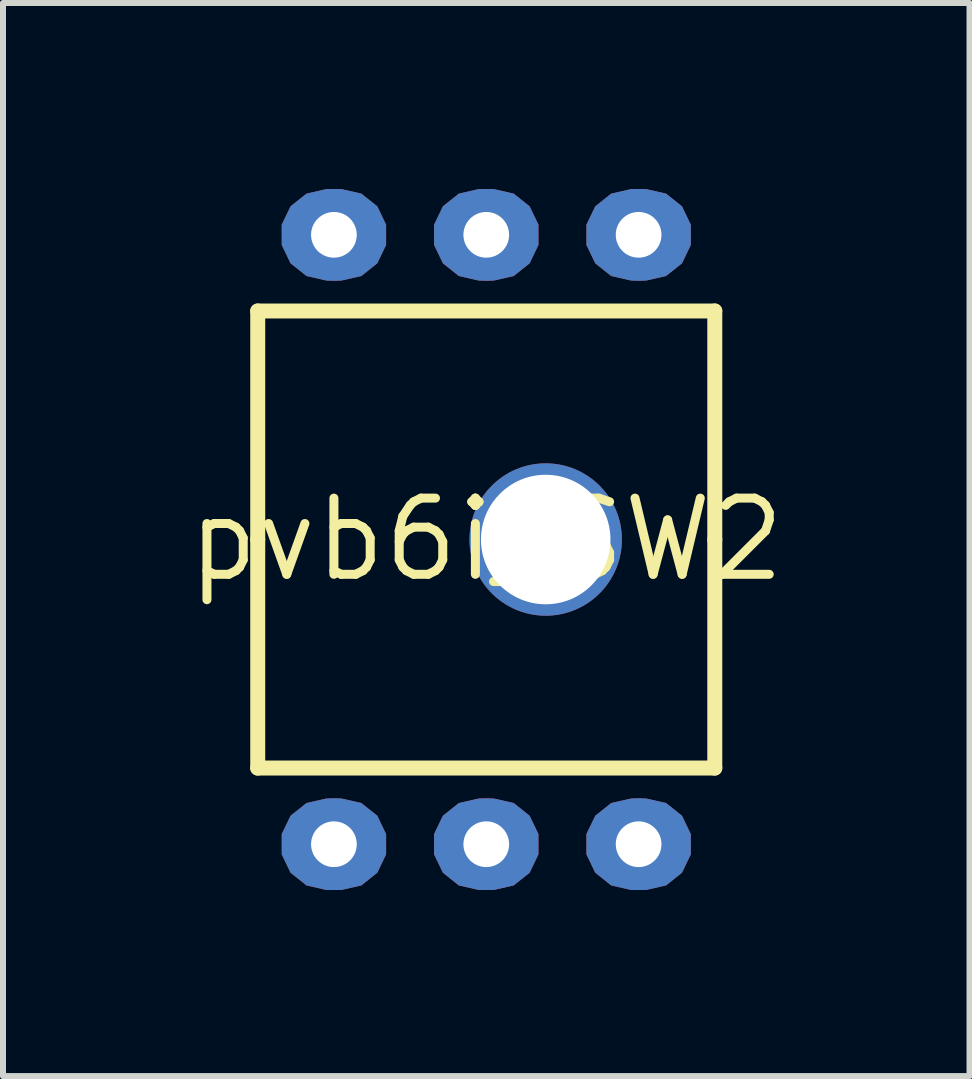
<source format=kicad_pcb>
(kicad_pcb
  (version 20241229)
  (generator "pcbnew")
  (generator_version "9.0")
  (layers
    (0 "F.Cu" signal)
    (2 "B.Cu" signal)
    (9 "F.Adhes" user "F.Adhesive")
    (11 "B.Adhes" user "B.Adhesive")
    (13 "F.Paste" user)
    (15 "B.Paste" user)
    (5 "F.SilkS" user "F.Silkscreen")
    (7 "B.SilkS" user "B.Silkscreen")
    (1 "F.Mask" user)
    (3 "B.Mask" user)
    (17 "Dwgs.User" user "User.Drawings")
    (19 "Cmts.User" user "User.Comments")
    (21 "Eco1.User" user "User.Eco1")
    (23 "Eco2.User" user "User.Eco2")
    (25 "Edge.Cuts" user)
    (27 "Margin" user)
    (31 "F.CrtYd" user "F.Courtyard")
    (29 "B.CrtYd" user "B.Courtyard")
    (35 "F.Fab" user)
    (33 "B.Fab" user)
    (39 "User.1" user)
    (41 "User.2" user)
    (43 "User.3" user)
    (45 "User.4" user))
  (footprint "pvb6i_SW2"
    (layer "F.Cu")
    (at 5.057 5.945)
    (property "Reference" "pvb6i_SW2" (at 0 0 0) (layer "F.SilkS") (effects (font (size 1.27 1.27) (thickness 0.15))))
    (fp_poly (pts (xy -2.083 -5.767) (xy -1.817 -5.555) (xy -1.67 -5.249) (xy -1.67 -4.911) (xy -1.817 -4.605) (xy -2.083 -4.393) (xy -2.413 -4.318) (xy -2.667 -4.318) (xy -2.997 -4.393) (xy -3.263 -4.605) (xy -3.41 -4.911) (xy -3.41 -5.249) (xy -3.263 -5.555) (xy -2.997 -5.767) (xy -2.667 -5.842) (xy -2.413 -5.842)) (stroke (width 0) (type default)) (fill yes) (layer "F.Cu"))
    (fp_poly (pts (xy -2.083 4.393) (xy -1.817 4.605) (xy -1.67 4.911) (xy -1.67 5.249) (xy -1.817 5.555) (xy -2.083 5.767) (xy -2.413 5.842) (xy -2.667 5.842) (xy -2.997 5.767) (xy -3.263 5.555) (xy -3.41 5.249) (xy -3.41 4.911) (xy -3.263 4.605) (xy -2.997 4.393) (xy -2.667 4.318) (xy -2.413 4.318)) (stroke (width 0) (type default)) (fill yes) (layer "F.Cu"))
    (fp_poly (pts (xy 0.457 -5.767) (xy 0.723 -5.555) (xy 0.87 -5.249) (xy 0.87 -4.911) (xy 0.723 -4.605) (xy 0.457 -4.393) (xy 0.127 -4.318) (xy -0.127 -4.318) (xy -0.457 -4.393) (xy -0.723 -4.605) (xy -0.87 -4.911) (xy -0.87 -5.249) (xy -0.723 -5.555) (xy -0.457 -5.767) (xy -0.127 -5.842) (xy 0.127 -5.842)) (stroke (width 0) (type default)) (fill yes) (layer "F.Cu"))
    (fp_poly (pts (xy 0.457 4.393) (xy 0.723 4.605) (xy 0.87 4.911) (xy 0.87 5.249) (xy 0.723 5.555) (xy 0.457 5.767) (xy 0.127 5.842) (xy -0.127 5.842) (xy -0.457 5.767) (xy -0.723 5.555) (xy -0.87 5.249) (xy -0.87 4.911) (xy -0.723 4.605) (xy -0.457 4.393) (xy -0.127 4.318) (xy 0.127 4.318)) (stroke (width 0) (type default)) (fill yes) (layer "F.Cu"))
    (fp_poly (pts (xy 2.997 -5.767) (xy 3.263 -5.555) (xy 3.41 -5.249) (xy 3.41 -4.911) (xy 3.263 -4.605) (xy 2.997 -4.393) (xy 2.667 -4.318) (xy 2.413 -4.318) (xy 2.083 -4.393) (xy 1.817 -4.605) (xy 1.67 -4.911) (xy 1.67 -5.249) (xy 1.817 -5.555) (xy 2.083 -5.767) (xy 2.413 -5.842) (xy 2.667 -5.842)) (stroke (width 0) (type default)) (fill yes) (layer "F.Cu"))
    (fp_poly (pts (xy 2.997 4.393) (xy 3.263 4.605) (xy 3.41 4.911) (xy 3.41 5.249) (xy 3.263 5.555) (xy 2.997 5.767) (xy 2.667 5.842) (xy 2.413 5.842) (xy 2.083 5.767) (xy 1.817 5.555) (xy 1.67 5.249) (xy 1.67 4.911) (xy 1.817 4.605) (xy 2.083 4.393) (xy 2.413 4.318) (xy 2.667 4.318)) (stroke (width 0) (type default)) (fill yes) (layer "F.Cu"))
    (fp_poly (pts (xy -2.037 -5.861) (xy -1.735 -5.621) (xy -1.568 -5.273) (xy -1.568 -4.887) (xy -1.735 -4.539) (xy -2.037 -4.299) (xy -2.402 -4.215) (xy -2.678 -4.215) (xy -3.043 -4.299) (xy -3.345 -4.539) (xy -3.512 -4.887) (xy -3.512 -5.273) (xy -3.345 -5.621) (xy -3.043 -5.861) (xy -2.678 -5.945) (xy -2.402 -5.945)) (stroke (width 0) (type default)) (fill yes) (layer "F.Mask"))
    (fp_poly (pts (xy -2.037 4.299) (xy -1.735 4.539) (xy -1.568 4.887) (xy -1.568 5.273) (xy -1.735 5.621) (xy -2.037 5.861) (xy -2.402 5.945) (xy -2.678 5.945) (xy -3.043 5.861) (xy -3.345 5.621) (xy -3.512 5.273) (xy -3.512 4.887) (xy -3.345 4.539) (xy -3.043 4.299) (xy -2.678 4.215) (xy -2.402 4.215)) (stroke (width 0) (type default)) (fill yes) (layer "F.Mask"))
    (fp_poly (pts (xy 0.503 -5.861) (xy 0.805 -5.621) (xy 0.972 -5.273) (xy 0.972 -4.887) (xy 0.805 -4.539) (xy 0.503 -4.299) (xy 0.138 -4.215) (xy -0.138 -4.215) (xy -0.503 -4.299) (xy -0.805 -4.539) (xy -0.972 -4.887) (xy -0.972 -5.273) (xy -0.805 -5.621) (xy -0.503 -5.861) (xy -0.138 -5.945) (xy 0.138 -5.945)) (stroke (width 0) (type default)) (fill yes) (layer "F.Mask"))
    (fp_poly (pts (xy 0.503 4.299) (xy 0.805 4.539) (xy 0.972 4.887) (xy 0.972 5.273) (xy 0.805 5.621) (xy 0.503 5.861) (xy 0.138 5.945) (xy -0.138 5.945) (xy -0.503 5.861) (xy -0.805 5.621) (xy -0.972 5.273) (xy -0.972 4.887) (xy -0.805 4.539) (xy -0.503 4.299) (xy -0.138 4.215) (xy 0.138 4.215)) (stroke (width 0) (type default)) (fill yes) (layer "F.Mask"))
    (fp_poly (pts (xy 3.043 -5.861) (xy 3.345 -5.621) (xy 3.512 -5.273) (xy 3.512 -4.887) (xy 3.345 -4.539) (xy 3.043 -4.299) (xy 2.678 -4.215) (xy 2.402 -4.215) (xy 2.037 -4.299) (xy 1.735 -4.539) (xy 1.568 -4.887) (xy 1.568 -5.273) (xy 1.735 -5.621) (xy 2.037 -5.861) (xy 2.402 -5.945) (xy 2.678 -5.945)) (stroke (width 0) (type default)) (fill yes) (layer "F.Mask"))
    (fp_poly (pts (xy 3.043 4.299) (xy 3.345 4.539) (xy 3.512 4.887) (xy 3.512 5.273) (xy 3.345 5.621) (xy 3.043 5.861) (xy 2.678 5.945) (xy 2.402 5.945) (xy 2.037 5.861) (xy 1.735 5.621) (xy 1.568 5.273) (xy 1.568 4.887) (xy 1.735 4.539) (xy 2.037 4.299) (xy 2.402 4.215) (xy 2.678 4.215)) (stroke (width 0) (type default)) (fill yes) (layer "F.Mask"))
    (fp_poly (pts (xy -2.083 -5.767) (xy -1.817 -5.555) (xy -1.67 -5.249) (xy -1.67 -4.911) (xy -1.817 -4.605) (xy -2.083 -4.393) (xy -2.413 -4.318) (xy -2.667 -4.318) (xy -2.997 -4.393) (xy -3.263 -4.605) (xy -3.41 -4.911) (xy -3.41 -5.249) (xy -3.263 -5.555) (xy -2.997 -5.767) (xy -2.667 -5.842) (xy -2.413 -5.842)) (stroke (width 0) (type default)) (fill yes) (layer "B.Cu"))
    (fp_poly (pts (xy -2.083 4.393) (xy -1.817 4.605) (xy -1.67 4.911) (xy -1.67 5.249) (xy -1.817 5.555) (xy -2.083 5.767) (xy -2.413 5.842) (xy -2.667 5.842) (xy -2.997 5.767) (xy -3.263 5.555) (xy -3.41 5.249) (xy -3.41 4.911) (xy -3.263 4.605) (xy -2.997 4.393) (xy -2.667 4.318) (xy -2.413 4.318)) (stroke (width 0) (type default)) (fill yes) (layer "B.Cu"))
    (fp_poly (pts (xy 0.457 -5.767) (xy 0.723 -5.555) (xy 0.87 -5.249) (xy 0.87 -4.911) (xy 0.723 -4.605) (xy 0.457 -4.393) (xy 0.127 -4.318) (xy -0.127 -4.318) (xy -0.457 -4.393) (xy -0.723 -4.605) (xy -0.87 -4.911) (xy -0.87 -5.249) (xy -0.723 -5.555) (xy -0.457 -5.767) (xy -0.127 -5.842) (xy 0.127 -5.842)) (stroke (width 0) (type default)) (fill yes) (layer "B.Cu"))
    (fp_poly (pts (xy 0.457 4.393) (xy 0.723 4.605) (xy 0.87 4.911) (xy 0.87 5.249) (xy 0.723 5.555) (xy 0.457 5.767) (xy 0.127 5.842) (xy -0.127 5.842) (xy -0.457 5.767) (xy -0.723 5.555) (xy -0.87 5.249) (xy -0.87 4.911) (xy -0.723 4.605) (xy -0.457 4.393) (xy -0.127 4.318) (xy 0.127 4.318)) (stroke (width 0) (type default)) (fill yes) (layer "B.Cu"))
    (fp_poly (pts (xy 2.997 -5.767) (xy 3.263 -5.555) (xy 3.41 -5.249) (xy 3.41 -4.911) (xy 3.263 -4.605) (xy 2.997 -4.393) (xy 2.667 -4.318) (xy 2.413 -4.318) (xy 2.083 -4.393) (xy 1.817 -4.605) (xy 1.67 -4.911) (xy 1.67 -5.249) (xy 1.817 -5.555) (xy 2.083 -5.767) (xy 2.413 -5.842) (xy 2.667 -5.842)) (stroke (width 0) (type default)) (fill yes) (layer "B.Cu"))
    (fp_poly (pts (xy 2.997 4.393) (xy 3.263 4.605) (xy 3.41 4.911) (xy 3.41 5.249) (xy 3.263 5.555) (xy 2.997 5.767) (xy 2.667 5.842) (xy 2.413 5.842) (xy 2.083 5.767) (xy 1.817 5.555) (xy 1.67 5.249) (xy 1.67 4.911) (xy 1.817 4.605) (xy 2.083 4.393) (xy 2.413 4.318) (xy 2.667 4.318)) (stroke (width 0) (type default)) (fill yes) (layer "B.Cu"))
    (fp_poly (pts (xy -2.037 -5.861) (xy -1.735 -5.621) (xy -1.568 -5.273) (xy -1.568 -4.887) (xy -1.735 -4.539) (xy -2.037 -4.299) (xy -2.402 -4.215) (xy -2.678 -4.215) (xy -3.043 -4.299) (xy -3.345 -4.539) (xy -3.512 -4.887) (xy -3.512 -5.273) (xy -3.345 -5.621) (xy -3.043 -5.861) (xy -2.678 -5.945) (xy -2.402 -5.945)) (stroke (width 0) (type default)) (fill yes) (layer "B.Mask"))
    (fp_poly (pts (xy -2.037 4.299) (xy -1.735 4.539) (xy -1.568 4.887) (xy -1.568 5.273) (xy -1.735 5.621) (xy -2.037 5.861) (xy -2.402 5.945) (xy -2.678 5.945) (xy -3.043 5.861) (xy -3.345 5.621) (xy -3.512 5.273) (xy -3.512 4.887) (xy -3.345 4.539) (xy -3.043 4.299) (xy -2.678 4.215) (xy -2.402 4.215)) (stroke (width 0) (type default)) (fill yes) (layer "B.Mask"))
    (fp_poly (pts (xy 0.503 -5.861) (xy 0.805 -5.621) (xy 0.972 -5.273) (xy 0.972 -4.887) (xy 0.805 -4.539) (xy 0.503 -4.299) (xy 0.138 -4.215) (xy -0.138 -4.215) (xy -0.503 -4.299) (xy -0.805 -4.539) (xy -0.972 -4.887) (xy -0.972 -5.273) (xy -0.805 -5.621) (xy -0.503 -5.861) (xy -0.138 -5.945) (xy 0.138 -5.945)) (stroke (width 0) (type default)) (fill yes) (layer "B.Mask"))
    (fp_poly (pts (xy 0.503 4.299) (xy 0.805 4.539) (xy 0.972 4.887) (xy 0.972 5.273) (xy 0.805 5.621) (xy 0.503 5.861) (xy 0.138 5.945) (xy -0.138 5.945) (xy -0.503 5.861) (xy -0.805 5.621) (xy -0.972 5.273) (xy -0.972 4.887) (xy -0.805 4.539) (xy -0.503 4.299) (xy -0.138 4.215) (xy 0.138 4.215)) (stroke (width 0) (type default)) (fill yes) (layer "B.Mask"))
    (fp_poly (pts (xy 3.043 -5.861) (xy 3.345 -5.621) (xy 3.512 -5.273) (xy 3.512 -4.887) (xy 3.345 -4.539) (xy 3.043 -4.299) (xy 2.678 -4.215) (xy 2.402 -4.215) (xy 2.037 -4.299) (xy 1.735 -4.539) (xy 1.568 -4.887) (xy 1.568 -5.273) (xy 1.735 -5.621) (xy 2.037 -5.861) (xy 2.402 -5.945) (xy 2.678 -5.945)) (stroke (width 0) (type default)) (fill yes) (layer "B.Mask"))
    (fp_poly (pts (xy 3.043 4.299) (xy 3.345 4.539) (xy 3.512 4.887) (xy 3.512 5.273) (xy 3.345 5.621) (xy 3.043 5.861) (xy 2.678 5.945) (xy 2.402 5.945) (xy 2.037 5.861) (xy 1.735 5.621) (xy 1.568 5.273) (xy 1.568 4.887) (xy 1.735 4.539) (xy 2.037 4.299) (xy 2.402 4.215) (xy 2.678 4.215)) (stroke (width 0) (type default)) (fill yes) (layer "B.Mask"))
    (fp_line (start -3.81 -3.81) (end 3.81 -3.81) (stroke (width 0.25) (type solid)) (layer "F.SilkS"))
    (fp_line (start -3.81 0) (end -3.81 -3.81) (stroke (width 0.25) (type solid)) (layer "F.SilkS"))
    (fp_line (start -3.81 3.81) (end -3.81 0) (stroke (width 0.25) (type solid)) (layer "F.SilkS"))
    (fp_line (start 3.81 -3.81) (end 3.81 0) (stroke (width 0.25) (type solid)) (layer "F.SilkS"))
    (fp_line (start 3.81 0) (end 3.81 3.81) (stroke (width 0.25) (type solid)) (layer "F.SilkS"))
    (fp_line (start 3.81 3.81) (end -3.81 3.81) (stroke (width 0.25) (type solid)) (layer "F.SilkS"))
    (pad "1'" thru_hole circle (at -2.54 -5.08) (size 1.524 1.524) (drill 0.762) (layers "*.Cu"))
    (pad "2'" thru_hole circle (at 2.54 -5.08) (size 1.524 1.524) (drill 0.762) (layers "*.Cu"))
    (pad "3" thru_hole circle (at 0.991 0 270) (size 2.54 2.54) (drill 2.159) (layers "*.Cu" "*.Mask"))
    (pad "4" thru_hole circle (at -2.54 5.08) (size 1.524 1.524) (drill 0.762) (layers "*.Cu"))
    (pad "5C" thru_hole circle (at 0 5.08) (size 1.524 1.524) (drill 0.762) (layers "*.Cu"))
    (pad "6" thru_hole circle (at 2.54 5.08) (size 1.524 1.524) (drill 0.762) (layers "*.Cu"))
    (pad "C'" thru_hole circle (at 0 -5.08) (size 1.524 1.524) (drill 0.762) (layers "*.Cu")))
  (gr_rect
    (start -3 -3)
    (end 13.114 14.89)
    (stroke (width 0.1) (type default))
    (fill no)
    (layer "Edge.Cuts")))
</source>
